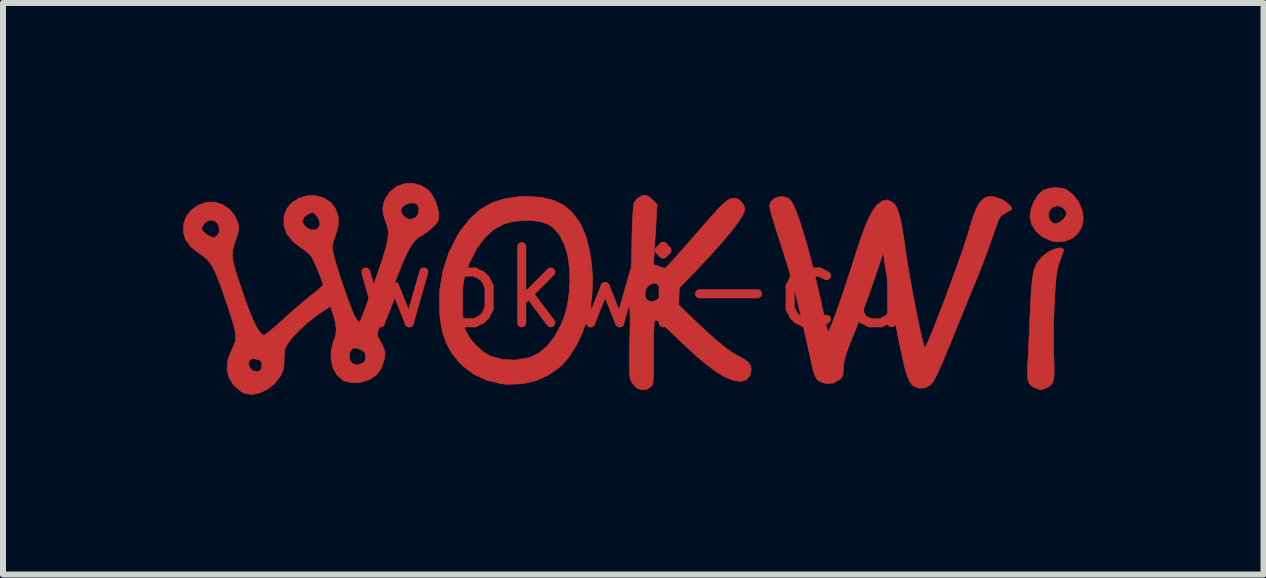
<source format=kicad_pcb>
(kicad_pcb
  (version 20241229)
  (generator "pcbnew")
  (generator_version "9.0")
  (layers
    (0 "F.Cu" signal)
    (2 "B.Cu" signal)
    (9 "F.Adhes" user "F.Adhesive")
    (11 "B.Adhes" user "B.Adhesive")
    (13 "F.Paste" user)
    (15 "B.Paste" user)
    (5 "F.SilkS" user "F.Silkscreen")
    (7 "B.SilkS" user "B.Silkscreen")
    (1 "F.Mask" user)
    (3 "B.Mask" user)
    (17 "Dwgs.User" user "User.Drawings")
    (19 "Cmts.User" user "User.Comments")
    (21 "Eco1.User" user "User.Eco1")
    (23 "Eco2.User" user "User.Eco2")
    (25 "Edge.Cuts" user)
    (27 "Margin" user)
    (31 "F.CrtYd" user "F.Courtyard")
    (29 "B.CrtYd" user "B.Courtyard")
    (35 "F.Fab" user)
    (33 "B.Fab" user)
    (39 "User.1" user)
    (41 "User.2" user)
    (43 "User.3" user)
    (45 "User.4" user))
  (footprint "wokwi-cu"
    (layer "F.Cu")
    (at 7.493 1.752)
    (property "Reference" "wokwi-cu" (at 0 0 0) (layer "F.Cu") (effects (font (size 1.27 1.27) (thickness 0.15))))
    (attr through_hole)
    (fp_poly (pts (xy 7.186 -1.659) (xy 7.236 -1.64) (xy 7.351 -1.554) (xy 7.441 -1.434) (xy 7.499 -1.293) (xy 7.518 -1.156) (xy 7.494 -1.023) (xy 7.431 -0.913) (xy 7.335 -0.83) (xy 7.216 -0.78) (xy 7.081 -0.769) (xy 6.976 -0.788) (xy 6.842 -0.849) (xy 6.735 -0.941) (xy 6.661 -1.053) (xy 6.63 -1.177) (xy 6.629 -1.197) (xy 6.633 -1.225) (xy 6.935 -1.225) (xy 6.952 -1.148) (xy 6.976 -1.113) (xy 7.021 -1.075) (xy 7.065 -1.072) (xy 7.12 -1.096) (xy 7.192 -1.151) (xy 7.233 -1.215) (xy 7.238 -1.243) (xy 7.217 -1.3) (xy 7.165 -1.348) (xy 7.098 -1.371) (xy 7.091 -1.372) (xy 7.011 -1.351) (xy 6.957 -1.297) (xy 6.935 -1.225) (xy 6.633 -1.225) (xy 6.647 -1.315) (xy 6.693 -1.437) (xy 6.759 -1.545) (xy 6.837 -1.62) (xy 6.844 -1.625) (xy 6.947 -1.664) (xy 7.069 -1.676) (xy 7.186 -1.659)) (stroke (width 0.01) (type solid)) (fill yes) (layer "F.Cu"))
    (fp_poly (pts (xy 7.181 -0.655) (xy 7.188 -0.633) (xy 7.18 -0.6) (xy 7.158 -0.533) (xy 7.127 -0.448) (xy 7.126 -0.445) (xy 7.104 -0.381) (xy 7.086 -0.316) (xy 7.073 -0.24) (xy 7.061 -0.145) (xy 7.052 -0.021) (xy 7.042 0.139) (xy 7.036 0.248) (xy 7.028 0.438) (xy 7.023 0.641) (xy 7.021 0.84) (xy 7.022 1.018) (xy 7.026 1.144) (xy 7.032 1.309) (xy 7.032 1.431) (xy 7.024 1.519) (xy 7.006 1.579) (xy 6.975 1.62) (xy 6.93 1.65) (xy 6.895 1.666) (xy 6.837 1.69) (xy 6.802 1.697) (xy 6.767 1.688) (xy 6.714 1.665) (xy 6.654 1.632) (xy 6.615 1.588) (xy 6.593 1.523) (xy 6.586 1.429) (xy 6.591 1.294) (xy 6.591 1.29) (xy 6.596 1.196) (xy 6.603 1.063) (xy 6.61 0.899) (xy 6.619 0.717) (xy 6.627 0.527) (xy 6.632 0.419) (xy 6.642 0.195) (xy 6.653 0.016) (xy 6.667 -0.126) (xy 6.684 -0.237) (xy 6.705 -0.324) (xy 6.734 -0.393) (xy 6.77 -0.451) (xy 6.816 -0.504) (xy 6.844 -0.532) (xy 6.917 -0.59) (xy 6.998 -0.634) (xy 7.076 -0.662) (xy 7.141 -0.67) (xy 7.181 -0.655)) (stroke (width 0.01) (type solid)) (fill yes) (layer "F.Cu"))
    (fp_poly (pts (xy -1.514 -1.511) (xy -1.311 -1.462) (xy -1.141 -1.377) (xy -0.999 -1.256) (xy -0.881 -1.095) (xy -0.842 -1.025) (xy -0.767 -0.836) (xy -0.711 -0.613) (xy -0.676 -0.37) (xy -0.663 -0.118) (xy -0.674 0.128) (xy -0.697 0.292) (xy -0.755 0.525) (xy -0.836 0.751) (xy -0.937 0.961) (xy -1.051 1.143) (xy -1.173 1.286) (xy -1.192 1.303) (xy -1.385 1.444) (xy -1.602 1.543) (xy -1.838 1.597) (xy -2.085 1.606) (xy -2.184 1.596) (xy -2.423 1.54) (xy -2.639 1.44) (xy -2.828 1.297) (xy -2.89 1.235) (xy -3.013 1.082) (xy -3.103 0.918) (xy -3.166 0.735) (xy -3.204 0.521) (xy -3.218 0.356) (xy -3.215 0.248) (xy -2.832 0.248) (xy -2.832 0.254) (xy -2.831 0.398) (xy -2.827 0.503) (xy -2.819 0.58) (xy -2.806 0.642) (xy -2.785 0.7) (xy -2.772 0.729) (xy -2.704 0.843) (xy -2.606 0.958) (xy -2.495 1.057) (xy -2.385 1.127) (xy -2.368 1.135) (xy -2.168 1.191) (xy -1.954 1.201) (xy -1.734 1.163) (xy -1.697 1.152) (xy -1.551 1.08) (xy -1.414 0.962) (xy -1.291 0.802) (xy -1.185 0.603) (xy -1.126 0.453) (xy -1.082 0.282) (xy -1.054 0.081) (xy -1.042 -0.133) (xy -1.049 -0.341) (xy -1.074 -0.526) (xy -1.077 -0.539) (xy -1.138 -0.739) (xy -1.223 -0.899) (xy -1.331 -1.015) (xy -1.405 -1.064) (xy -1.528 -1.106) (xy -1.681 -1.126) (xy -1.848 -1.125) (xy -2.014 -1.103) (xy -2.141 -1.067) (xy -2.308 -0.977) (xy -2.459 -0.841) (xy -2.593 -0.661) (xy -2.708 -0.438) (xy -2.773 -0.267) (xy -2.798 -0.183) (xy -2.815 -0.103) (xy -2.826 -0.014) (xy -2.831 0.099) (xy -2.832 0.248) (xy -3.215 0.248) (xy -3.211 0.031) (xy -3.157 -0.287) (xy -3.058 -0.592) (xy -2.916 -0.875) (xy -2.867 -0.953) (xy -2.711 -1.153) (xy -2.54 -1.307) (xy -2.347 -1.418) (xy -2.13 -1.49) (xy -1.881 -1.523) (xy -1.754 -1.527) (xy -1.514 -1.511)) (stroke (width 0.01) (type solid)) (fill yes) (layer "F.Cu"))
    (fp_poly (pts (xy 0.26 -1.533) (xy 0.316 -1.49) (xy 0.335 -1.472) (xy 0.412 -1.395) (xy 0.396 -1.11) (xy 0.388 -0.966) (xy 0.378 -0.811) (xy 0.37 -0.672) (xy 0.366 -0.609) (xy 0.351 -0.393) (xy 0.448 -0.358) (xy 0.545 -0.323) (xy 0.694 -0.485) (xy 0.757 -0.555) (xy 0.845 -0.655) (xy 0.951 -0.775) (xy 1.066 -0.907) (xy 1.184 -1.042) (xy 1.201 -1.061) (xy 1.328 -1.207) (xy 1.428 -1.317) (xy 1.507 -1.397) (xy 1.569 -1.45) (xy 1.621 -1.482) (xy 1.667 -1.496) (xy 1.712 -1.496) (xy 1.728 -1.494) (xy 1.793 -1.463) (xy 1.846 -1.402) (xy 1.873 -1.33) (xy 1.871 -1.291) (xy 1.835 -1.207) (xy 1.761 -1.091) (xy 1.65 -0.945) (xy 1.503 -0.77) (xy 1.322 -0.567) (xy 1.107 -0.338) (xy 1.045 -0.273) (xy 0.782 -0.001) (xy 0.778 0.142) (xy 0.775 0.285) (xy 1.017 0.518) (xy 1.223 0.712) (xy 1.398 0.869) (xy 1.545 0.99) (xy 1.664 1.076) (xy 1.757 1.13) (xy 1.758 1.13) (xy 1.869 1.189) (xy 1.939 1.244) (xy 1.973 1.303) (xy 1.981 1.36) (xy 1.961 1.46) (xy 1.905 1.527) (xy 1.816 1.556) (xy 1.783 1.556) (xy 1.672 1.536) (xy 1.544 1.484) (xy 1.398 1.396) (xy 1.232 1.273) (xy 1.041 1.111) (xy 0.825 0.91) (xy 0.775 0.861) (xy 0.666 0.757) (xy 0.567 0.666) (xy 0.485 0.595) (xy 0.426 0.549) (xy 0.398 0.533) (xy 0.383 0.538) (xy 0.373 0.555) (xy 0.365 0.591) (xy 0.36 0.652) (xy 0.357 0.745) (xy 0.356 0.876) (xy 0.356 1.051) (xy 0.356 1.067) (xy 0.355 1.245) (xy 0.354 1.38) (xy 0.351 1.478) (xy 0.346 1.546) (xy 0.338 1.592) (xy 0.327 1.622) (xy 0.312 1.643) (xy 0.305 1.651) (xy 0.229 1.694) (xy 0.136 1.691) (xy 0.085 1.672) (xy 0.036 1.632) (xy -0.01 1.57) (xy -0.014 1.563) (xy -0.029 1.531) (xy -0.039 1.494) (xy -0.046 1.444) (xy -0.05 1.374) (xy -0.051 1.276) (xy -0.05 1.145) (xy -0.046 0.972) (xy -0.044 0.899) (xy -0.039 0.705) (xy -0.037 0.557) (xy -0.038 0.446) (xy -0.041 0.368) (xy -0.048 0.315) (xy -0.057 0.282) (xy -0.065 0.268) (xy -0.093 0.197) (xy -0.1 0.098) (xy -0.096 0.063) (xy 0.211 0.063) (xy 0.214 0.139) (xy 0.229 0.179) (xy 0.276 0.22) (xy 0.342 0.224) (xy 0.415 0.192) (xy 0.446 0.166) (xy 0.496 0.103) (xy 0.503 0.048) (xy 0.47 -0.018) (xy 0.468 -0.02) (xy 0.412 -0.069) (xy 0.348 -0.078) (xy 0.287 -0.053) (xy 0.239 -0.004) (xy 0.211 0.063) (xy -0.096 0.063) (xy -0.087 -0.01) (xy -0.06 -0.096) (xy -0.046 -0.138) (xy -0.035 -0.196) (xy -0.026 -0.277) (xy -0.019 -0.387) (xy -0.013 -0.533) (xy -0.009 -0.722) (xy -0.008 -0.775) (xy -0.004 -0.946) (xy 0.002 -1.103) (xy 0.009 -1.238) (xy 0.017 -1.343) (xy 0.025 -1.409) (xy 0.029 -1.425) (xy 0.078 -1.491) (xy 0.155 -1.537) (xy 0.219 -1.549) (xy 0.26 -1.533)) (stroke (width 0.01) (type solid)) (fill yes) (layer "F.Cu"))
    (fp_poly (pts (xy 6.032 -1.521) (xy 6.141 -1.485) (xy 6.164 -1.475) (xy 6.226 -1.438) (xy 6.281 -1.391) (xy 6.317 -1.346) (xy 6.324 -1.314) (xy 6.32 -1.31) (xy 6.295 -1.295) (xy 6.243 -1.263) (xy 6.219 -1.248) (xy 6.182 -1.226) (xy 6.154 -1.206) (xy 6.131 -1.18) (xy 6.109 -1.139) (xy 6.083 -1.078) (xy 6.051 -0.988) (xy 6.007 -0.86) (xy 5.982 -0.787) (xy 5.926 -0.63) (xy 5.859 -0.451) (xy 5.79 -0.274) (xy 5.741 -0.152) (xy 5.695 -0.042) (xy 5.634 0.105) (xy 5.563 0.279) (xy 5.485 0.47) (xy 5.405 0.668) (xy 5.331 0.851) (xy 5.242 1.067) (xy 5.17 1.24) (xy 5.111 1.374) (xy 5.063 1.474) (xy 5.024 1.545) (xy 4.992 1.591) (xy 4.977 1.607) (xy 4.885 1.664) (xy 4.785 1.671) (xy 4.695 1.638) (xy 4.654 1.604) (xy 4.617 1.546) (xy 4.579 1.454) (xy 4.562 1.404) (xy 4.543 1.336) (xy 4.518 1.225) (xy 4.486 1.08) (xy 4.45 0.909) (xy 4.412 0.718) (xy 4.373 0.517) (xy 4.334 0.313) (xy 4.297 0.113) (xy 4.264 -0.074) (xy 4.235 -0.242) (xy 4.213 -0.381) (xy 4.203 -0.455) (xy 4.185 -0.592) (xy 4.026 -0.125) (xy 3.962 0.061) (xy 3.886 0.268) (xy 3.808 0.476) (xy 3.733 0.666) (xy 3.695 0.76) (xy 3.629 0.922) (xy 3.582 1.046) (xy 3.55 1.143) (xy 3.531 1.22) (xy 3.521 1.288) (xy 3.519 1.328) (xy 3.514 1.42) (xy 3.499 1.477) (xy 3.469 1.517) (xy 3.457 1.527) (xy 3.354 1.584) (xy 3.243 1.593) (xy 3.177 1.578) (xy 3.12 1.556) (xy 3.078 1.522) (xy 3.046 1.467) (xy 3.017 1.381) (xy 2.987 1.255) (xy 2.985 1.245) (xy 2.918 0.94) (xy 2.859 0.678) (xy 2.807 0.449) (xy 2.758 0.246) (xy 2.711 0.062) (xy 2.664 -0.113) (xy 2.614 -0.286) (xy 2.56 -0.464) (xy 2.499 -0.657) (xy 2.43 -0.871) (xy 2.411 -0.929) (xy 2.368 -1.064) (xy 2.332 -1.185) (xy 2.304 -1.284) (xy 2.288 -1.349) (xy 2.286 -1.367) (xy 2.308 -1.439) (xy 2.364 -1.492) (xy 2.442 -1.521) (xy 2.526 -1.522) (xy 2.605 -1.493) (xy 2.635 -1.467) (xy 2.676 -1.404) (xy 2.725 -1.295) (xy 2.78 -1.145) (xy 2.841 -0.958) (xy 2.905 -0.74) (xy 2.972 -0.494) (xy 3.04 -0.224) (xy 3.109 0.064) (xy 3.162 0.303) (xy 3.193 0.442) (xy 3.22 0.562) (xy 3.241 0.655) (xy 3.256 0.714) (xy 3.261 0.729) (xy 3.275 0.713) (xy 3.302 0.654) (xy 3.341 0.559) (xy 3.388 0.433) (xy 3.442 0.283) (xy 3.5 0.115) (xy 3.561 -0.066) (xy 3.622 -0.253) (xy 3.66 -0.373) (xy 3.741 -0.626) (xy 3.812 -0.836) (xy 3.874 -1.005) (xy 3.931 -1.141) (xy 3.983 -1.246) (xy 4.033 -1.326) (xy 4.083 -1.386) (xy 4.087 -1.391) (xy 4.172 -1.455) (xy 4.252 -1.469) (xy 4.331 -1.435) (xy 4.354 -1.416) (xy 4.387 -1.379) (xy 4.416 -1.325) (xy 4.443 -1.249) (xy 4.469 -1.147) (xy 4.496 -1.01) (xy 4.525 -0.835) (xy 4.556 -0.616) (xy 4.559 -0.601) (xy 4.582 -0.444) (xy 4.61 -0.27) (xy 4.643 -0.085) (xy 4.677 0.104) (xy 4.713 0.291) (xy 4.748 0.469) (xy 4.782 0.631) (xy 4.813 0.77) (xy 4.84 0.881) (xy 4.862 0.957) (xy 4.876 0.99) (xy 4.878 0.991) (xy 4.895 0.968) (xy 4.926 0.903) (xy 4.969 0.802) (xy 5.022 0.671) (xy 5.083 0.516) (xy 5.15 0.343) (xy 5.22 0.159) (xy 5.291 -0.032) (xy 5.361 -0.223) (xy 5.428 -0.407) (xy 5.488 -0.58) (xy 5.541 -0.735) (xy 5.584 -0.866) (xy 5.614 -0.966) (xy 5.615 -0.972) (xy 5.675 -1.171) (xy 5.733 -1.322) (xy 5.795 -1.43) (xy 5.863 -1.497) (xy 5.941 -1.526) (xy 6.032 -1.521)) (stroke (width 0.01) (type solid)) (fill yes) (layer "F.Cu"))
    (fp_poly (pts (xy -3.53 -1.712) (xy -3.404 -1.635) (xy -3.345 -1.563) (xy -3.29 -1.459) (xy -3.248 -1.341) (xy -3.227 -1.23) (xy -3.226 -1.202) (xy -3.234 -1.137) (xy -3.265 -1.08) (xy -3.328 -1.013) (xy -3.329 -1.012) (xy -3.408 -0.945) (xy -3.494 -0.885) (xy -3.531 -0.864) (xy -3.581 -0.832) (xy -3.629 -0.786) (xy -3.678 -0.722) (xy -3.729 -0.636) (xy -3.785 -0.523) (xy -3.847 -0.38) (xy -3.918 -0.201) (xy -4 0.017) (xy -4.095 0.278) (xy -4.113 0.33) (xy -4.172 0.496) (xy -4.213 0.62) (xy -4.238 0.709) (xy -4.249 0.768) (xy -4.248 0.802) (xy -4.244 0.813) (xy -4.216 0.858) (xy -4.179 0.928) (xy -4.163 0.96) (xy -4.133 1.035) (xy -4.124 1.098) (xy -4.134 1.177) (xy -4.139 1.198) (xy -4.184 1.336) (xy -4.255 1.438) (xy -4.361 1.514) (xy -4.383 1.525) (xy -4.521 1.571) (xy -4.661 1.581) (xy -4.788 1.554) (xy -4.828 1.535) (xy -4.922 1.453) (xy -4.988 1.339) (xy -5.022 1.203) (xy -5.023 1.124) (xy -4.719 1.124) (xy -4.707 1.208) (xy -4.661 1.263) (xy -4.594 1.283) (xy -4.515 1.263) (xy -4.477 1.238) (xy -4.453 1.196) (xy -4.445 1.139) (xy -4.455 1.084) (xy -4.494 1.045) (xy -4.535 1.023) (xy -4.62 0.997) (xy -4.679 1.015) (xy -4.712 1.076) (xy -4.719 1.124) (xy -5.023 1.124) (xy -5.023 1.056) (xy -4.989 0.909) (xy -4.976 0.876) (xy -4.944 0.784) (xy -4.936 0.69) (xy -4.95 0.58) (xy -4.989 0.442) (xy -4.994 0.426) (xy -5.033 0.306) (xy -5.139 0.373) (xy -5.28 0.47) (xy -5.425 0.586) (xy -5.559 0.709) (xy -5.668 0.824) (xy -5.694 0.856) (xy -5.751 0.934) (xy -5.784 0.993) (xy -5.8 1.054) (xy -5.805 1.136) (xy -5.805 1.183) (xy -5.809 1.289) (xy -5.822 1.366) (xy -5.85 1.434) (xy -5.882 1.489) (xy -5.972 1.601) (xy -6.085 1.689) (xy -6.208 1.747) (xy -6.333 1.773) (xy -6.448 1.762) (xy -6.515 1.732) (xy -6.643 1.625) (xy -6.724 1.498) (xy -6.758 1.356) (xy -6.749 1.257) (xy -6.401 1.257) (xy -6.379 1.332) (xy -6.323 1.381) (xy -6.252 1.392) (xy -6.203 1.377) (xy -6.182 1.335) (xy -6.177 1.302) (xy -6.178 1.241) (xy -6.206 1.207) (xy -6.237 1.193) (xy -6.319 1.177) (xy -6.376 1.197) (xy -6.4 1.249) (xy -6.401 1.257) (xy -6.749 1.257) (xy -6.745 1.201) (xy -6.682 1.037) (xy -6.677 1.028) (xy -6.645 0.962) (xy -6.623 0.901) (xy -6.613 0.838) (xy -6.616 0.764) (xy -6.633 0.673) (xy -6.665 0.557) (xy -6.712 0.408) (xy -6.77 0.233) (xy -6.84 0.03) (xy -6.899 -0.131) (xy -6.95 -0.256) (xy -6.999 -0.353) (xy -7.047 -0.427) (xy -7.1 -0.486) (xy -7.159 -0.536) (xy -7.221 -0.577) (xy -7.358 -0.685) (xy -7.448 -0.805) (xy -7.488 -0.936) (xy -7.484 -1.005) (xy -7.18 -1.005) (xy -7.175 -0.97) (xy -7.147 -0.936) (xy -7.08 -0.881) (xy -7.005 -0.844) (xy -6.99 -0.84) (xy -6.964 -0.849) (xy -6.933 -0.864) (xy -6.894 -0.911) (xy -6.885 -0.981) (xy -6.907 -1.057) (xy -6.93 -1.093) (xy -6.99 -1.133) (xy -7.06 -1.13) (xy -7.127 -1.086) (xy -7.153 -1.053) (xy -7.18 -1.005) (xy -7.484 -1.005) (xy -7.48 -1.075) (xy -7.44 -1.186) (xy -7.363 -1.291) (xy -7.25 -1.375) (xy -7.114 -1.427) (xy -7.09 -1.432) (xy -6.958 -1.432) (xy -6.83 -1.389) (xy -6.716 -1.311) (xy -6.628 -1.205) (xy -6.579 -1.093) (xy -6.564 -1.024) (xy -6.565 -0.963) (xy -6.583 -0.89) (xy -6.604 -0.828) (xy -6.641 -0.719) (xy -6.663 -0.63) (xy -6.67 -0.547) (xy -6.661 -0.46) (xy -6.636 -0.354) (xy -6.594 -0.217) (xy -6.577 -0.164) (xy -6.486 0.108) (xy -6.405 0.333) (xy -6.333 0.511) (xy -6.27 0.643) (xy -6.215 0.732) (xy -6.167 0.779) (xy -6.139 0.787) (xy -6.111 0.77) (xy -6.052 0.725) (xy -5.972 0.657) (xy -5.876 0.573) (xy -5.829 0.53) (xy -5.71 0.422) (xy -5.583 0.312) (xy -5.464 0.21) (xy -5.365 0.129) (xy -5.353 0.12) (xy -5.269 0.053) (xy -5.203 -0.004) (xy -5.164 -0.043) (xy -5.156 -0.054) (xy -5.166 -0.092) (xy -5.191 -0.163) (xy -5.227 -0.253) (xy -5.267 -0.348) (xy -5.306 -0.436) (xy -5.338 -0.502) (xy -5.351 -0.524) (xy -5.395 -0.572) (xy -5.466 -0.631) (xy -5.526 -0.673) (xy -5.669 -0.785) (xy -5.764 -0.908) (xy -5.81 -1.043) (xy -5.809 -1.119) (xy -5.501 -1.119) (xy -5.486 -1.066) (xy -5.432 -1.005) (xy -5.361 -0.971) (xy -5.288 -0.969) (xy -5.237 -0.996) (xy -5.209 -1.057) (xy -5.22 -1.134) (xy -5.266 -1.208) (xy -5.308 -1.252) (xy -5.342 -1.262) (xy -5.392 -1.241) (xy -5.402 -1.236) (xy -5.477 -1.181) (xy -5.501 -1.119) (xy -5.809 -1.119) (xy -5.808 -1.19) (xy -5.806 -1.204) (xy -5.759 -1.325) (xy -5.675 -1.423) (xy -5.563 -1.495) (xy -5.432 -1.536) (xy -5.293 -1.541) (xy -5.155 -1.507) (xy -5.141 -1.501) (xy -5.024 -1.423) (xy -4.944 -1.314) (xy -4.903 -1.183) (xy -4.904 -1.037) (xy -4.948 -0.883) (xy -4.951 -0.874) (xy -4.983 -0.784) (xy -5.002 -0.694) (xy -5.004 -0.663) (xy -4.995 -0.609) (xy -4.972 -0.516) (xy -4.937 -0.395) (xy -4.893 -0.253) (xy -4.844 -0.102) (xy -4.792 0.051) (xy -4.74 0.196) (xy -4.692 0.323) (xy -4.651 0.423) (xy -4.631 0.467) (xy -4.593 0.531) (xy -4.561 0.566) (xy -4.547 0.568) (xy -4.531 0.538) (xy -4.503 0.468) (xy -4.464 0.367) (xy -4.419 0.244) (xy -4.386 0.152) (xy -4.298 -0.097) (xy -4.227 -0.304) (xy -4.17 -0.474) (xy -4.127 -0.611) (xy -4.097 -0.722) (xy -4.078 -0.811) (xy -4.07 -0.884) (xy -4.07 -0.946) (xy -4.079 -1.001) (xy -4.095 -1.057) (xy -4.112 -1.102) (xy -4.15 -1.224) (xy -4.159 -1.292) (xy -3.861 -1.292) (xy -3.839 -1.231) (xy -3.787 -1.176) (xy -3.722 -1.145) (xy -3.704 -1.143) (xy -3.642 -1.16) (xy -3.602 -1.185) (xy -3.566 -1.245) (xy -3.558 -1.319) (xy -3.578 -1.382) (xy -3.586 -1.392) (xy -3.643 -1.418) (xy -3.716 -1.415) (xy -3.788 -1.388) (xy -3.842 -1.343) (xy -3.861 -1.292) (xy -4.159 -1.292) (xy -4.162 -1.322) (xy -4.147 -1.413) (xy -4.117 -1.489) (xy -4.037 -1.609) (xy -3.929 -1.693) (xy -3.802 -1.74) (xy -3.666 -1.747) (xy -3.53 -1.712)) (stroke (width 0.01) (type solid)) (fill yes) (layer "F.Cu"))
    (fp_poly (pts (xy 7.186 -1.659) (xy 7.236 -1.64) (xy 7.351 -1.554) (xy 7.441 -1.434) (xy 7.499 -1.293) (xy 7.518 -1.156) (xy 7.494 -1.023) (xy 7.431 -0.913) (xy 7.335 -0.83) (xy 7.216 -0.78) (xy 7.081 -0.769) (xy 6.976 -0.788) (xy 6.842 -0.849) (xy 6.735 -0.941) (xy 6.661 -1.053) (xy 6.63 -1.177) (xy 6.629 -1.197) (xy 6.633 -1.225) (xy 6.935 -1.225) (xy 6.952 -1.148) (xy 6.976 -1.113) (xy 7.021 -1.075) (xy 7.065 -1.072) (xy 7.12 -1.096) (xy 7.192 -1.151) (xy 7.233 -1.215) (xy 7.238 -1.243) (xy 7.217 -1.3) (xy 7.165 -1.348) (xy 7.098 -1.371) (xy 7.091 -1.372) (xy 7.011 -1.351) (xy 6.957 -1.297) (xy 6.935 -1.225) (xy 6.633 -1.225) (xy 6.647 -1.315) (xy 6.693 -1.437) (xy 6.759 -1.545) (xy 6.837 -1.62) (xy 6.844 -1.625) (xy 6.947 -1.664) (xy 7.069 -1.676) (xy 7.186 -1.659)) (stroke (width 0.01) (type solid)) (fill yes) (layer "F.Mask"))
    (fp_poly (pts (xy 7.181 -0.655) (xy 7.188 -0.633) (xy 7.18 -0.6) (xy 7.158 -0.533) (xy 7.127 -0.448) (xy 7.126 -0.445) (xy 7.104 -0.381) (xy 7.086 -0.316) (xy 7.073 -0.24) (xy 7.061 -0.145) (xy 7.052 -0.021) (xy 7.042 0.139) (xy 7.036 0.248) (xy 7.028 0.438) (xy 7.023 0.641) (xy 7.021 0.84) (xy 7.022 1.018) (xy 7.026 1.144) (xy 7.032 1.309) (xy 7.032 1.431) (xy 7.024 1.519) (xy 7.006 1.579) (xy 6.975 1.62) (xy 6.93 1.65) (xy 6.895 1.666) (xy 6.837 1.69) (xy 6.802 1.697) (xy 6.767 1.688) (xy 6.714 1.665) (xy 6.654 1.632) (xy 6.615 1.588) (xy 6.593 1.523) (xy 6.586 1.429) (xy 6.591 1.294) (xy 6.591 1.29) (xy 6.596 1.196) (xy 6.603 1.063) (xy 6.61 0.899) (xy 6.619 0.717) (xy 6.627 0.527) (xy 6.632 0.419) (xy 6.642 0.195) (xy 6.653 0.016) (xy 6.667 -0.126) (xy 6.684 -0.237) (xy 6.705 -0.324) (xy 6.734 -0.393) (xy 6.77 -0.451) (xy 6.816 -0.504) (xy 6.844 -0.532) (xy 6.917 -0.59) (xy 6.998 -0.634) (xy 7.076 -0.662) (xy 7.141 -0.67) (xy 7.181 -0.655)) (stroke (width 0.01) (type solid)) (fill yes) (layer "F.Mask"))
    (fp_poly (pts (xy -1.514 -1.511) (xy -1.311 -1.462) (xy -1.141 -1.377) (xy -0.999 -1.256) (xy -0.881 -1.095) (xy -0.842 -1.025) (xy -0.767 -0.836) (xy -0.711 -0.613) (xy -0.676 -0.37) (xy -0.663 -0.118) (xy -0.674 0.128) (xy -0.697 0.292) (xy -0.755 0.525) (xy -0.836 0.751) (xy -0.937 0.961) (xy -1.051 1.143) (xy -1.173 1.286) (xy -1.192 1.303) (xy -1.385 1.444) (xy -1.602 1.543) (xy -1.838 1.597) (xy -2.085 1.606) (xy -2.184 1.596) (xy -2.423 1.54) (xy -2.639 1.44) (xy -2.828 1.297) (xy -2.89 1.235) (xy -3.013 1.082) (xy -3.103 0.918) (xy -3.166 0.735) (xy -3.204 0.521) (xy -3.218 0.356) (xy -3.215 0.248) (xy -2.832 0.248) (xy -2.832 0.254) (xy -2.831 0.398) (xy -2.827 0.503) (xy -2.819 0.58) (xy -2.806 0.642) (xy -2.785 0.7) (xy -2.772 0.729) (xy -2.704 0.843) (xy -2.606 0.958) (xy -2.495 1.057) (xy -2.385 1.127) (xy -2.368 1.135) (xy -2.168 1.191) (xy -1.954 1.201) (xy -1.734 1.163) (xy -1.697 1.152) (xy -1.551 1.08) (xy -1.414 0.962) (xy -1.291 0.802) (xy -1.185 0.603) (xy -1.126 0.453) (xy -1.082 0.282) (xy -1.054 0.081) (xy -1.042 -0.133) (xy -1.049 -0.341) (xy -1.074 -0.526) (xy -1.077 -0.539) (xy -1.138 -0.739) (xy -1.223 -0.899) (xy -1.331 -1.015) (xy -1.405 -1.064) (xy -1.528 -1.106) (xy -1.681 -1.126) (xy -1.848 -1.125) (xy -2.014 -1.103) (xy -2.141 -1.067) (xy -2.308 -0.977) (xy -2.459 -0.841) (xy -2.593 -0.661) (xy -2.708 -0.438) (xy -2.773 -0.267) (xy -2.798 -0.183) (xy -2.815 -0.103) (xy -2.826 -0.014) (xy -2.831 0.099) (xy -2.832 0.248) (xy -3.215 0.248) (xy -3.211 0.031) (xy -3.157 -0.287) (xy -3.058 -0.592) (xy -2.916 -0.875) (xy -2.867 -0.953) (xy -2.711 -1.153) (xy -2.54 -1.307) (xy -2.347 -1.418) (xy -2.13 -1.49) (xy -1.881 -1.523) (xy -1.754 -1.527) (xy -1.514 -1.511)) (stroke (width 0.01) (type solid)) (fill yes) (layer "F.Mask"))
    (fp_poly (pts (xy 0.26 -1.533) (xy 0.316 -1.49) (xy 0.335 -1.472) (xy 0.412 -1.395) (xy 0.396 -1.11) (xy 0.388 -0.966) (xy 0.378 -0.811) (xy 0.37 -0.672) (xy 0.366 -0.609) (xy 0.351 -0.393) (xy 0.448 -0.358) (xy 0.545 -0.323) (xy 0.694 -0.485) (xy 0.757 -0.555) (xy 0.845 -0.655) (xy 0.951 -0.775) (xy 1.066 -0.907) (xy 1.184 -1.042) (xy 1.201 -1.061) (xy 1.328 -1.207) (xy 1.428 -1.317) (xy 1.507 -1.397) (xy 1.569 -1.45) (xy 1.621 -1.482) (xy 1.667 -1.496) (xy 1.712 -1.496) (xy 1.728 -1.494) (xy 1.793 -1.463) (xy 1.846 -1.402) (xy 1.873 -1.33) (xy 1.871 -1.291) (xy 1.835 -1.207) (xy 1.761 -1.091) (xy 1.65 -0.945) (xy 1.503 -0.77) (xy 1.322 -0.567) (xy 1.107 -0.338) (xy 1.045 -0.273) (xy 0.782 -0.001) (xy 0.778 0.142) (xy 0.775 0.285) (xy 1.017 0.518) (xy 1.223 0.712) (xy 1.398 0.869) (xy 1.545 0.99) (xy 1.664 1.076) (xy 1.757 1.13) (xy 1.758 1.13) (xy 1.869 1.189) (xy 1.939 1.244) (xy 1.973 1.303) (xy 1.981 1.36) (xy 1.961 1.46) (xy 1.905 1.527) (xy 1.816 1.556) (xy 1.783 1.556) (xy 1.672 1.536) (xy 1.544 1.484) (xy 1.398 1.396) (xy 1.232 1.273) (xy 1.041 1.111) (xy 0.825 0.91) (xy 0.775 0.861) (xy 0.666 0.757) (xy 0.567 0.666) (xy 0.485 0.595) (xy 0.426 0.549) (xy 0.398 0.533) (xy 0.383 0.538) (xy 0.373 0.555) (xy 0.365 0.591) (xy 0.36 0.652) (xy 0.357 0.745) (xy 0.356 0.876) (xy 0.356 1.051) (xy 0.356 1.067) (xy 0.355 1.245) (xy 0.354 1.38) (xy 0.351 1.478) (xy 0.346 1.546) (xy 0.338 1.592) (xy 0.327 1.622) (xy 0.312 1.643) (xy 0.305 1.651) (xy 0.229 1.694) (xy 0.136 1.691) (xy 0.085 1.672) (xy 0.036 1.632) (xy -0.01 1.57) (xy -0.014 1.563) (xy -0.029 1.531) (xy -0.039 1.494) (xy -0.046 1.444) (xy -0.05 1.374) (xy -0.051 1.276) (xy -0.05 1.145) (xy -0.046 0.972) (xy -0.044 0.899) (xy -0.039 0.705) (xy -0.037 0.557) (xy -0.038 0.446) (xy -0.041 0.368) (xy -0.048 0.315) (xy -0.057 0.282) (xy -0.065 0.268) (xy -0.093 0.197) (xy -0.1 0.098) (xy -0.096 0.063) (xy 0.211 0.063) (xy 0.214 0.139) (xy 0.229 0.179) (xy 0.276 0.22) (xy 0.342 0.224) (xy 0.415 0.192) (xy 0.446 0.166) (xy 0.496 0.103) (xy 0.503 0.048) (xy 0.47 -0.018) (xy 0.468 -0.02) (xy 0.412 -0.069) (xy 0.348 -0.078) (xy 0.287 -0.053) (xy 0.239 -0.004) (xy 0.211 0.063) (xy -0.096 0.063) (xy -0.087 -0.01) (xy -0.06 -0.096) (xy -0.046 -0.138) (xy -0.035 -0.196) (xy -0.026 -0.277) (xy -0.019 -0.387) (xy -0.013 -0.533) (xy -0.009 -0.722) (xy -0.008 -0.775) (xy -0.004 -0.946) (xy 0.002 -1.103) (xy 0.009 -1.238) (xy 0.017 -1.343) (xy 0.025 -1.409) (xy 0.029 -1.425) (xy 0.078 -1.491) (xy 0.155 -1.537) (xy 0.219 -1.549) (xy 0.26 -1.533)) (stroke (width 0.01) (type solid)) (fill yes) (layer "F.Mask"))
    (fp_poly (pts (xy 6.032 -1.521) (xy 6.141 -1.485) (xy 6.164 -1.475) (xy 6.226 -1.438) (xy 6.281 -1.391) (xy 6.317 -1.346) (xy 6.324 -1.314) (xy 6.32 -1.31) (xy 6.295 -1.295) (xy 6.243 -1.263) (xy 6.219 -1.248) (xy 6.182 -1.226) (xy 6.154 -1.206) (xy 6.131 -1.18) (xy 6.109 -1.139) (xy 6.083 -1.078) (xy 6.051 -0.988) (xy 6.007 -0.86) (xy 5.982 -0.787) (xy 5.926 -0.63) (xy 5.859 -0.451) (xy 5.79 -0.274) (xy 5.741 -0.152) (xy 5.695 -0.042) (xy 5.634 0.105) (xy 5.563 0.279) (xy 5.485 0.47) (xy 5.405 0.668) (xy 5.331 0.851) (xy 5.242 1.067) (xy 5.17 1.24) (xy 5.111 1.374) (xy 5.063 1.474) (xy 5.024 1.545) (xy 4.992 1.591) (xy 4.977 1.607) (xy 4.885 1.664) (xy 4.785 1.671) (xy 4.695 1.638) (xy 4.654 1.604) (xy 4.617 1.546) (xy 4.579 1.454) (xy 4.562 1.404) (xy 4.543 1.336) (xy 4.518 1.225) (xy 4.486 1.08) (xy 4.45 0.909) (xy 4.412 0.718) (xy 4.373 0.517) (xy 4.334 0.313) (xy 4.297 0.113) (xy 4.264 -0.074) (xy 4.235 -0.242) (xy 4.213 -0.381) (xy 4.203 -0.455) (xy 4.185 -0.592) (xy 4.026 -0.125) (xy 3.962 0.061) (xy 3.886 0.268) (xy 3.808 0.476) (xy 3.733 0.666) (xy 3.695 0.76) (xy 3.629 0.922) (xy 3.582 1.046) (xy 3.55 1.143) (xy 3.531 1.22) (xy 3.521 1.288) (xy 3.519 1.328) (xy 3.514 1.42) (xy 3.499 1.477) (xy 3.469 1.517) (xy 3.457 1.527) (xy 3.354 1.584) (xy 3.243 1.593) (xy 3.177 1.578) (xy 3.12 1.556) (xy 3.078 1.522) (xy 3.046 1.467) (xy 3.017 1.381) (xy 2.987 1.255) (xy 2.985 1.245) (xy 2.918 0.94) (xy 2.859 0.678) (xy 2.807 0.449) (xy 2.758 0.246) (xy 2.711 0.062) (xy 2.664 -0.113) (xy 2.614 -0.286) (xy 2.56 -0.464) (xy 2.499 -0.657) (xy 2.43 -0.871) (xy 2.411 -0.929) (xy 2.368 -1.064) (xy 2.332 -1.185) (xy 2.304 -1.284) (xy 2.288 -1.349) (xy 2.286 -1.367) (xy 2.308 -1.439) (xy 2.364 -1.492) (xy 2.442 -1.521) (xy 2.526 -1.522) (xy 2.605 -1.493) (xy 2.635 -1.467) (xy 2.676 -1.404) (xy 2.725 -1.295) (xy 2.78 -1.145) (xy 2.841 -0.958) (xy 2.905 -0.74) (xy 2.972 -0.494) (xy 3.04 -0.224) (xy 3.109 0.064) (xy 3.162 0.303) (xy 3.193 0.442) (xy 3.22 0.562) (xy 3.241 0.655) (xy 3.256 0.714) (xy 3.261 0.729) (xy 3.275 0.713) (xy 3.302 0.654) (xy 3.341 0.559) (xy 3.388 0.433) (xy 3.442 0.283) (xy 3.5 0.115) (xy 3.561 -0.066) (xy 3.622 -0.253) (xy 3.66 -0.373) (xy 3.741 -0.626) (xy 3.812 -0.836) (xy 3.874 -1.005) (xy 3.931 -1.141) (xy 3.983 -1.246) (xy 4.033 -1.326) (xy 4.083 -1.386) (xy 4.087 -1.391) (xy 4.172 -1.455) (xy 4.252 -1.469) (xy 4.331 -1.435) (xy 4.354 -1.416) (xy 4.387 -1.379) (xy 4.416 -1.325) (xy 4.443 -1.249) (xy 4.469 -1.147) (xy 4.496 -1.01) (xy 4.525 -0.835) (xy 4.556 -0.616) (xy 4.559 -0.601) (xy 4.582 -0.444) (xy 4.61 -0.27) (xy 4.643 -0.085) (xy 4.677 0.104) (xy 4.713 0.291) (xy 4.748 0.469) (xy 4.782 0.631) (xy 4.813 0.77) (xy 4.84 0.881) (xy 4.862 0.957) (xy 4.876 0.99) (xy 4.878 0.991) (xy 4.895 0.968) (xy 4.926 0.903) (xy 4.969 0.802) (xy 5.022 0.671) (xy 5.083 0.516) (xy 5.15 0.343) (xy 5.22 0.159) (xy 5.291 -0.032) (xy 5.361 -0.223) (xy 5.428 -0.407) (xy 5.488 -0.58) (xy 5.541 -0.735) (xy 5.584 -0.866) (xy 5.614 -0.966) (xy 5.615 -0.972) (xy 5.675 -1.171) (xy 5.733 -1.322) (xy 5.795 -1.43) (xy 5.863 -1.497) (xy 5.941 -1.526) (xy 6.032 -1.521)) (stroke (width 0.01) (type solid)) (fill yes) (layer "F.Mask"))
    (fp_poly (pts (xy -3.53 -1.712) (xy -3.404 -1.635) (xy -3.345 -1.563) (xy -3.29 -1.459) (xy -3.248 -1.341) (xy -3.227 -1.23) (xy -3.226 -1.202) (xy -3.234 -1.137) (xy -3.265 -1.08) (xy -3.328 -1.013) (xy -3.329 -1.012) (xy -3.408 -0.945) (xy -3.494 -0.885) (xy -3.531 -0.864) (xy -3.581 -0.832) (xy -3.629 -0.786) (xy -3.678 -0.722) (xy -3.729 -0.636) (xy -3.785 -0.523) (xy -3.847 -0.38) (xy -3.918 -0.201) (xy -4 0.017) (xy -4.095 0.278) (xy -4.113 0.33) (xy -4.172 0.496) (xy -4.213 0.62) (xy -4.238 0.709) (xy -4.249 0.768) (xy -4.248 0.802) (xy -4.244 0.813) (xy -4.216 0.858) (xy -4.179 0.928) (xy -4.163 0.96) (xy -4.133 1.035) (xy -4.124 1.098) (xy -4.134 1.177) (xy -4.139 1.198) (xy -4.184 1.336) (xy -4.255 1.438) (xy -4.361 1.514) (xy -4.383 1.525) (xy -4.521 1.571) (xy -4.661 1.581) (xy -4.788 1.554) (xy -4.828 1.535) (xy -4.922 1.453) (xy -4.988 1.339) (xy -5.022 1.203) (xy -5.023 1.124) (xy -4.719 1.124) (xy -4.707 1.208) (xy -4.661 1.263) (xy -4.594 1.283) (xy -4.515 1.263) (xy -4.477 1.238) (xy -4.453 1.196) (xy -4.445 1.139) (xy -4.455 1.084) (xy -4.494 1.045) (xy -4.535 1.023) (xy -4.62 0.997) (xy -4.679 1.015) (xy -4.712 1.076) (xy -4.719 1.124) (xy -5.023 1.124) (xy -5.023 1.056) (xy -4.989 0.909) (xy -4.976 0.876) (xy -4.944 0.784) (xy -4.936 0.69) (xy -4.95 0.58) (xy -4.989 0.442) (xy -4.994 0.426) (xy -5.033 0.306) (xy -5.139 0.373) (xy -5.28 0.47) (xy -5.425 0.586) (xy -5.559 0.709) (xy -5.668 0.824) (xy -5.694 0.856) (xy -5.751 0.934) (xy -5.784 0.993) (xy -5.8 1.054) (xy -5.805 1.136) (xy -5.805 1.183) (xy -5.809 1.289) (xy -5.822 1.366) (xy -5.85 1.434) (xy -5.882 1.489) (xy -5.972 1.601) (xy -6.085 1.689) (xy -6.208 1.747) (xy -6.333 1.773) (xy -6.448 1.762) (xy -6.515 1.732) (xy -6.643 1.625) (xy -6.724 1.498) (xy -6.758 1.356) (xy -6.749 1.257) (xy -6.401 1.257) (xy -6.379 1.332) (xy -6.323 1.381) (xy -6.252 1.392) (xy -6.203 1.377) (xy -6.182 1.335) (xy -6.177 1.302) (xy -6.178 1.241) (xy -6.206 1.207) (xy -6.237 1.193) (xy -6.319 1.177) (xy -6.376 1.197) (xy -6.4 1.249) (xy -6.401 1.257) (xy -6.749 1.257) (xy -6.745 1.201) (xy -6.682 1.037) (xy -6.677 1.028) (xy -6.645 0.962) (xy -6.623 0.901) (xy -6.613 0.838) (xy -6.616 0.764) (xy -6.633 0.673) (xy -6.665 0.557) (xy -6.712 0.408) (xy -6.77 0.233) (xy -6.84 0.03) (xy -6.899 -0.131) (xy -6.95 -0.256) (xy -6.999 -0.353) (xy -7.047 -0.427) (xy -7.1 -0.486) (xy -7.159 -0.536) (xy -7.221 -0.577) (xy -7.358 -0.685) (xy -7.448 -0.805) (xy -7.488 -0.936) (xy -7.484 -1.005) (xy -7.18 -1.005) (xy -7.175 -0.97) (xy -7.147 -0.936) (xy -7.08 -0.881) (xy -7.005 -0.844) (xy -6.99 -0.84) (xy -6.964 -0.849) (xy -6.933 -0.864) (xy -6.894 -0.911) (xy -6.885 -0.981) (xy -6.907 -1.057) (xy -6.93 -1.093) (xy -6.99 -1.133) (xy -7.06 -1.13) (xy -7.127 -1.086) (xy -7.153 -1.053) (xy -7.18 -1.005) (xy -7.484 -1.005) (xy -7.48 -1.075) (xy -7.44 -1.186) (xy -7.363 -1.291) (xy -7.25 -1.375) (xy -7.114 -1.427) (xy -7.09 -1.432) (xy -6.958 -1.432) (xy -6.83 -1.389) (xy -6.716 -1.311) (xy -6.628 -1.205) (xy -6.579 -1.093) (xy -6.564 -1.024) (xy -6.565 -0.963) (xy -6.583 -0.89) (xy -6.604 -0.828) (xy -6.641 -0.719) (xy -6.663 -0.63) (xy -6.67 -0.547) (xy -6.661 -0.46) (xy -6.636 -0.354) (xy -6.594 -0.217) (xy -6.577 -0.164) (xy -6.486 0.108) (xy -6.405 0.333) (xy -6.333 0.511) (xy -6.27 0.643) (xy -6.215 0.732) (xy -6.167 0.779) (xy -6.139 0.787) (xy -6.111 0.77) (xy -6.052 0.725) (xy -5.972 0.657) (xy -5.876 0.573) (xy -5.829 0.53) (xy -5.71 0.422) (xy -5.583 0.312) (xy -5.464 0.21) (xy -5.365 0.129) (xy -5.353 0.12) (xy -5.269 0.053) (xy -5.203 -0.004) (xy -5.164 -0.043) (xy -5.156 -0.054) (xy -5.166 -0.092) (xy -5.191 -0.163) (xy -5.227 -0.253) (xy -5.267 -0.348) (xy -5.306 -0.436) (xy -5.338 -0.502) (xy -5.351 -0.524) (xy -5.395 -0.572) (xy -5.466 -0.631) (xy -5.526 -0.673) (xy -5.669 -0.785) (xy -5.764 -0.908) (xy -5.81 -1.043) (xy -5.809 -1.119) (xy -5.501 -1.119) (xy -5.486 -1.066) (xy -5.432 -1.005) (xy -5.361 -0.971) (xy -5.288 -0.969) (xy -5.237 -0.996) (xy -5.209 -1.057) (xy -5.22 -1.134) (xy -5.266 -1.208) (xy -5.308 -1.252) (xy -5.342 -1.262) (xy -5.392 -1.241) (xy -5.402 -1.236) (xy -5.477 -1.181) (xy -5.501 -1.119) (xy -5.809 -1.119) (xy -5.808 -1.19) (xy -5.806 -1.204) (xy -5.759 -1.325) (xy -5.675 -1.423) (xy -5.563 -1.495) (xy -5.432 -1.536) (xy -5.293 -1.541) (xy -5.155 -1.507) (xy -5.141 -1.501) (xy -5.024 -1.423) (xy -4.944 -1.314) (xy -4.903 -1.183) (xy -4.904 -1.037) (xy -4.948 -0.883) (xy -4.951 -0.874) (xy -4.983 -0.784) (xy -5.002 -0.694) (xy -5.004 -0.663) (xy -4.995 -0.609) (xy -4.972 -0.516) (xy -4.937 -0.395) (xy -4.893 -0.253) (xy -4.844 -0.102) (xy -4.792 0.051) (xy -4.74 0.196) (xy -4.692 0.323) (xy -4.651 0.423) (xy -4.631 0.467) (xy -4.593 0.531) (xy -4.561 0.566) (xy -4.547 0.568) (xy -4.531 0.538) (xy -4.503 0.468) (xy -4.464 0.367) (xy -4.419 0.244) (xy -4.386 0.152) (xy -4.298 -0.097) (xy -4.227 -0.304) (xy -4.17 -0.474) (xy -4.127 -0.611) (xy -4.097 -0.722) (xy -4.078 -0.811) (xy -4.07 -0.884) (xy -4.07 -0.946) (xy -4.079 -1.001) (xy -4.095 -1.057) (xy -4.112 -1.102) (xy -4.15 -1.224) (xy -4.159 -1.292) (xy -3.861 -1.292) (xy -3.839 -1.231) (xy -3.787 -1.176) (xy -3.722 -1.145) (xy -3.704 -1.143) (xy -3.642 -1.16) (xy -3.602 -1.185) (xy -3.566 -1.245) (xy -3.558 -1.319) (xy -3.578 -1.382) (xy -3.586 -1.392) (xy -3.643 -1.418) (xy -3.716 -1.415) (xy -3.788 -1.388) (xy -3.842 -1.343) (xy -3.861 -1.292) (xy -4.159 -1.292) (xy -4.162 -1.322) (xy -4.147 -1.413) (xy -4.117 -1.489) (xy -4.037 -1.609) (xy -3.929 -1.693) (xy -3.802 -1.74) (xy -3.666 -1.747) (xy -3.53 -1.712)) (stroke (width 0.01) (type solid)) (fill yes) (layer "F.Mask")))
  (gr_rect
    (start -3 -3)
    (end 18.016 6.529)
    (stroke (width 0.1) (type default))
    (fill no)
    (layer "Edge.Cuts")))
</source>
